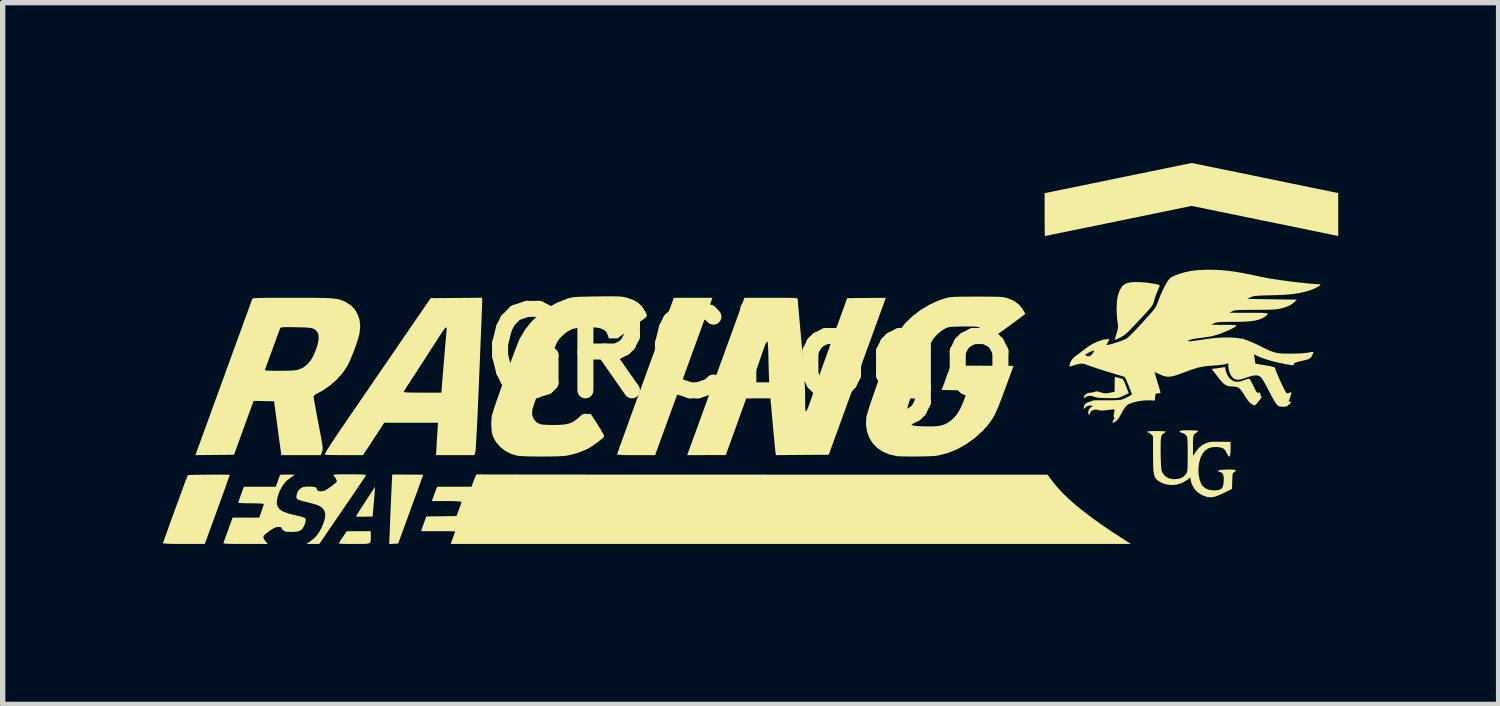
<source format=kicad_pcb>
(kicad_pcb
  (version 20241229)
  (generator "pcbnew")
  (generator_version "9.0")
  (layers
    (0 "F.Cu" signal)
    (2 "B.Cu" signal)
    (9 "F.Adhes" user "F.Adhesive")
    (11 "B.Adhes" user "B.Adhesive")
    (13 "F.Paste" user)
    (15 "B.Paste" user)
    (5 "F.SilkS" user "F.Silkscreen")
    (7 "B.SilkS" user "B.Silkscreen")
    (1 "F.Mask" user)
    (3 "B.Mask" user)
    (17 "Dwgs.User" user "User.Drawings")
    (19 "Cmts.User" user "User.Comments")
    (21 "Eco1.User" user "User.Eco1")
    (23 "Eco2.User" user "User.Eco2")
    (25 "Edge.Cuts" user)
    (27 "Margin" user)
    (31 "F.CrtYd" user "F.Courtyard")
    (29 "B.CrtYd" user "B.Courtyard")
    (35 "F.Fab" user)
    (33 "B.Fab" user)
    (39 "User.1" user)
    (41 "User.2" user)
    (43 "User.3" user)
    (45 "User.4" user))
  (footprint "GRCLogo"
    (layer "F.Cu")
    (at 10.988 3.564)
    (property "Reference" "GRCLogo" (at 0 0 0) (layer "F.SilkS") (effects (font (size 1.524 1.524) (thickness 0.3))))
    (attr board_only exclude_from_pos_files exclude_from_bom)
    (fp_poly (pts (xy -7.1 3.422) (xy -7.1 3.468) (xy -7.101 3.503) (xy -7.107 3.529) (xy -7.121 3.546) (xy -7.147 3.556) (xy -7.188 3.562) (xy -7.247 3.564) (xy -7.329 3.564) (xy -7.412 3.564) (xy -7.514 3.564) (xy -7.59 3.563) (xy -7.644 3.561) (xy -7.678 3.557) (xy -7.695 3.553) (xy -7.697 3.547) (xy -7.697 3.547) (xy -7.685 3.527) (xy -7.661 3.491) (xy -7.631 3.445) (xy -7.618 3.427) (xy -7.55 3.325) (xy -7.1 3.325)) (stroke (width 0) (type solid)) (fill yes) (layer "F.SilkS"))
    (fp_poly (pts (xy -7.021 2.512) (xy -7.024 2.55) (xy -7.028 2.607) (xy -7.034 2.68) (xy -7.041 2.763) (xy -7.042 2.775) (xy -7.065 3.05) (xy -7.224 3.054) (xy -7.294 3.055) (xy -7.339 3.055) (xy -7.365 3.051) (xy -7.374 3.046) (xy -7.372 3.038) (xy -7.357 3.014) (xy -7.331 2.973) (xy -7.297 2.919) (xy -7.256 2.855) (xy -7.212 2.787) (xy -7.167 2.718) (xy -7.124 2.652) (xy -7.085 2.593) (xy -7.053 2.545) (xy -7.031 2.512) (xy -7.021 2.498) (xy -7.021 2.498)) (stroke (width 0) (type solid)) (fill yes) (layer "F.SilkS"))
    (fp_poly (pts (xy -1.244 0.43) (xy -1.78 1.902) (xy -2.138 1.902) (xy -2.249 1.902) (xy -2.336 1.901) (xy -2.4 1.899) (xy -2.444 1.897) (xy -2.472 1.894) (xy -2.487 1.889) (xy -2.491 1.883) (xy -2.491 1.882) (xy -2.486 1.866) (xy -2.471 1.826) (xy -2.449 1.763) (xy -2.418 1.678) (xy -2.38 1.574) (xy -2.336 1.451) (xy -2.286 1.313) (xy -2.231 1.16) (xy -2.171 0.995) (xy -2.107 0.819) (xy -2.039 0.633) (xy -1.969 0.44) (xy -1.958 0.41) (xy -1.43 -1.042) (xy -1.069 -1.042) (xy -0.708 -1.042)) (stroke (width 0) (type solid)) (fill yes) (layer "F.SilkS"))
    (fp_poly (pts (xy -6.41 2.266) (xy -6.323 2.267) (xy -6.246 2.267) (xy -6.184 2.268) (xy -6.141 2.268) (xy -6.12 2.268) (xy -6.119 2.268) (xy -6.124 2.281) (xy -6.137 2.318) (xy -6.158 2.376) (xy -6.186 2.453) (xy -6.219 2.546) (xy -6.258 2.653) (xy -6.301 2.771) (xy -6.348 2.898) (xy -6.353 2.913) (xy -6.588 3.557) (xy -6.671 3.561) (xy -6.755 3.565) (xy -6.738 3.132) (xy -6.733 3.01) (xy -6.728 2.887) (xy -6.723 2.766) (xy -6.718 2.655) (xy -6.713 2.56) (xy -6.71 2.486) (xy -6.71 2.481) (xy -6.699 2.265)) (stroke (width 0) (type solid)) (fill yes) (layer "F.SilkS"))
    (fp_poly (pts (xy -9.902 2.267) (xy -9.833 2.268) (xy -9.78 2.269) (xy -9.748 2.271) (xy -9.74 2.272) (xy -9.744 2.286) (xy -9.757 2.323) (xy -9.777 2.382) (xy -9.805 2.459) (xy -9.838 2.553) (xy -9.877 2.66) (xy -9.92 2.779) (xy -9.966 2.906) (xy -9.971 2.92) (xy -10.206 3.564) (xy -10.597 3.564) (xy -10.701 3.564) (xy -10.794 3.563) (xy -10.872 3.561) (xy -10.933 3.558) (xy -10.973 3.555) (xy -10.988 3.552) (xy -10.988 3.552) (xy -10.984 3.535) (xy -10.97 3.496) (xy -10.95 3.436) (xy -10.922 3.36) (xy -10.89 3.27) (xy -10.854 3.169) (xy -10.815 3.061) (xy -10.774 2.949) (xy -10.733 2.836) (xy -10.692 2.726) (xy -10.653 2.62) (xy -10.618 2.523) (xy -10.586 2.438) (xy -10.559 2.368) (xy -10.539 2.316) (xy -10.527 2.285) (xy -10.523 2.277) (xy -10.508 2.275) (xy -10.469 2.273) (xy -10.41 2.271) (xy -10.337 2.27) (xy -10.253 2.269) (xy -10.163 2.268) (xy -10.072 2.267) (xy -9.983 2.267)) (stroke (width 0) (type solid)) (fill yes) (layer "F.SilkS"))
    (fp_poly (pts (xy 6.843 0.442) (xy 6.872 0.45) (xy 6.914 0.461) (xy 6.924 0.464) (xy 6.95 0.471) (xy 6.969 0.482) (xy 6.985 0.501) (xy 7.001 0.534) (xy 7.022 0.586) (xy 7.031 0.611) (xy 7.082 0.743) (xy 6.985 0.79) (xy 6.946 0.808) (xy 6.915 0.821) (xy 6.884 0.829) (xy 6.848 0.834) (xy 6.8 0.836) (xy 6.733 0.836) (xy 6.686 0.835) (xy 6.596 0.833) (xy 6.53 0.83) (xy 6.484 0.824) (xy 6.452 0.816) (xy 6.44 0.811) (xy 6.383 0.793) (xy 6.326 0.794) (xy 6.278 0.812) (xy 6.252 0.837) (xy 6.244 0.838) (xy 6.241 0.822) (xy 6.254 0.786) (xy 6.287 0.756) (xy 6.333 0.737) (xy 6.37 0.733) (xy 6.412 0.728) (xy 6.447 0.718) (xy 6.45 0.716) (xy 6.474 0.708) (xy 6.507 0.712) (xy 6.544 0.723) (xy 6.598 0.739) (xy 6.643 0.745) (xy 6.691 0.742) (xy 6.747 0.731) (xy 6.818 0.716) (xy 6.818 0.575) (xy 6.819 0.511) (xy 6.821 0.471) (xy 6.825 0.449) (xy 6.832 0.441)) (stroke (width 0) (type solid)) (fill yes) (layer "F.SilkS"))
    (fp_poly (pts (xy 7.311 -1.334) (xy 7.371 -1.33) (xy 7.436 -1.323) (xy 7.503 -1.313) (xy 7.565 -1.303) (xy 7.616 -1.292) (xy 7.651 -1.283) (xy 7.664 -1.275) (xy 7.659 -1.261) (xy 7.645 -1.228) (xy 7.626 -1.182) (xy 7.621 -1.171) (xy 7.596 -1.107) (xy 7.572 -1.038) (xy 7.556 -0.984) (xy 7.549 -0.957) (xy 7.54 -0.933) (xy 7.527 -0.908) (xy 7.508 -0.879) (xy 7.48 -0.844) (xy 7.442 -0.8) (xy 7.39 -0.742) (xy 7.322 -0.669) (xy 7.279 -0.624) (xy 7.2 -0.539) (xy 7.136 -0.472) (xy 7.086 -0.42) (xy 7.044 -0.382) (xy 7.01 -0.352) (xy 6.979 -0.33) (xy 6.948 -0.312) (xy 6.929 -0.302) (xy 6.874 -0.275) (xy 6.841 -0.26) (xy 6.824 -0.256) (xy 6.82 -0.263) (xy 6.825 -0.278) (xy 6.833 -0.304) (xy 6.846 -0.347) (xy 6.861 -0.399) (xy 6.862 -0.401) (xy 6.876 -0.459) (xy 6.882 -0.503) (xy 6.879 -0.547) (xy 6.873 -0.584) (xy 6.866 -0.634) (xy 6.86 -0.701) (xy 6.857 -0.778) (xy 6.855 -0.838) (xy 6.861 -0.977) (xy 6.881 -1.093) (xy 6.915 -1.187) (xy 6.959 -1.256) (xy 6.998 -1.292) (xy 7.049 -1.316) (xy 7.116 -1.331) (xy 7.202 -1.337)) (stroke (width 0) (type solid)) (fill yes) (layer "F.SilkS"))
    (fp_poly (pts (xy 8.886 0.261) (xy 8.889 0.278) (xy 8.899 0.334) (xy 8.924 0.396) (xy 8.958 0.451) (xy 8.982 0.478) (xy 9.037 0.515) (xy 9.095 0.53) (xy 9.163 0.524) (xy 9.218 0.508) (xy 9.266 0.492) (xy 9.306 0.478) (xy 9.326 0.471) (xy 9.34 0.476) (xy 9.359 0.5) (xy 9.385 0.546) (xy 9.414 0.606) (xy 9.444 0.668) (xy 9.465 0.707) (xy 9.481 0.729) (xy 9.493 0.737) (xy 9.506 0.734) (xy 9.508 0.733) (xy 9.528 0.727) (xy 9.539 0.74) (xy 9.544 0.761) (xy 9.555 0.793) (xy 9.567 0.811) (xy 9.564 0.824) (xy 9.547 0.851) (xy 9.521 0.885) (xy 9.492 0.921) (xy 9.465 0.951) (xy 9.445 0.969) (xy 9.44 0.972) (xy 9.423 0.966) (xy 9.392 0.952) (xy 9.384 0.947) (xy 9.353 0.925) (xy 9.317 0.885) (xy 9.275 0.824) (xy 9.251 0.787) (xy 9.207 0.719) (xy 9.171 0.672) (xy 9.138 0.642) (xy 9.103 0.626) (xy 9.062 0.62) (xy 9.04 0.619) (xy 8.979 0.615) (xy 8.93 0.606) (xy 8.888 0.587) (xy 8.847 0.554) (xy 8.802 0.505) (xy 8.748 0.437) (xy 8.634 0.289) (xy 8.709 0.28) (xy 8.764 0.273) (xy 8.817 0.264) (xy 8.836 0.261) (xy 8.871 0.256)) (stroke (width 0) (type solid)) (fill yes) (layer "F.SilkS"))
    (fp_poly (pts (xy 9.599 -3.29) (xy 9.79 -3.251) (xy 9.973 -3.213) (xy 10.147 -3.177) (xy 10.309 -3.144) (xy 10.458 -3.113) (xy 10.592 -3.086) (xy 10.709 -3.062) (xy 10.807 -3.042) (xy 10.884 -3.026) (xy 10.937 -3.015) (xy 10.966 -3.009) (xy 10.971 -3.008) (xy 11.002 -3) (xy 11.002 -2.197) (xy 10.971 -2.205) (xy 10.953 -2.208) (xy 10.909 -2.217) (xy 10.841 -2.231) (xy 10.752 -2.25) (xy 10.643 -2.272) (xy 10.516 -2.298) (xy 10.373 -2.328) (xy 10.216 -2.36) (xy 10.047 -2.395) (xy 9.867 -2.431) (xy 9.679 -2.47) (xy 9.598 -2.486) (xy 8.258 -2.761) (xy 6.888 -2.479) (xy 6.696 -2.44) (xy 6.512 -2.402) (xy 6.338 -2.366) (xy 6.175 -2.333) (xy 6.026 -2.302) (xy 5.892 -2.275) (xy 5.775 -2.251) (xy 5.678 -2.231) (xy 5.601 -2.215) (xy 5.547 -2.204) (xy 5.518 -2.199) (xy 5.513 -2.198) (xy 5.512 -2.211) (xy 5.511 -2.249) (xy 5.51 -2.309) (xy 5.509 -2.385) (xy 5.508 -2.476) (xy 5.508 -2.577) (xy 5.508 -2.598) (xy 5.508 -2.998) (xy 5.575 -3.013) (xy 5.598 -3.018) (xy 5.647 -3.028) (xy 5.72 -3.043) (xy 5.814 -3.062) (xy 5.927 -3.085) (xy 6.058 -3.112) (xy 6.204 -3.142) (xy 6.364 -3.175) (xy 6.535 -3.21) (xy 6.715 -3.247) (xy 6.903 -3.286) (xy 6.951 -3.296) (xy 8.259 -3.564)) (stroke (width 0) (type solid)) (fill yes) (layer "F.SilkS"))
    (fp_poly (pts (xy -7.387 2.262) (xy -7.301 2.263) (xy -7.24 2.266) (xy -7.203 2.27) (xy -7.188 2.275) (xy -7.188 2.277) (xy -7.196 2.291) (xy -7.219 2.326) (xy -7.255 2.38) (xy -7.303 2.451) (xy -7.361 2.536) (xy -7.427 2.634) (xy -7.501 2.742) (xy -7.58 2.858) (xy -7.628 2.928) (xy -8.063 3.564) (xy -8.304 3.564) (xy -8.233 3.516) (xy -8.151 3.451) (xy -8.085 3.373) (xy -8.029 3.277) (xy -8.021 3.259) (xy -7.978 3.155) (xy -7.956 3.069) (xy -7.953 2.997) (xy -7.971 2.938) (xy -8.008 2.89) (xy -8.017 2.882) (xy -8.045 2.863) (xy -8.081 2.845) (xy -8.131 2.826) (xy -8.197 2.807) (xy -8.285 2.784) (xy -8.338 2.771) (xy -8.403 2.754) (xy -8.452 2.737) (xy -8.481 2.722) (xy -8.485 2.718) (xy -8.493 2.682) (xy -8.486 2.634) (xy -8.466 2.584) (xy -8.441 2.548) (xy -8.406 2.518) (xy -8.363 2.499) (xy -8.305 2.491) (xy -8.227 2.491) (xy -8.218 2.491) (xy -8.168 2.495) (xy -8.138 2.501) (xy -8.122 2.512) (xy -8.112 2.532) (xy -8.11 2.537) (xy -8.097 2.563) (xy -8.078 2.574) (xy -8.044 2.578) (xy -8.03 2.578) (xy -7.997 2.576) (xy -7.967 2.568) (xy -7.933 2.551) (xy -7.889 2.521) (xy -7.85 2.493) (xy -7.801 2.456) (xy -7.763 2.424) (xy -7.739 2.402) (xy -7.734 2.394) (xy -7.743 2.364) (xy -7.765 2.324) (xy -7.791 2.289) (xy -7.799 2.28) (xy -7.801 2.273) (xy -7.795 2.268) (xy -7.776 2.265) (xy -7.743 2.263) (xy -7.691 2.262) (xy -7.619 2.261) (xy -7.522 2.261) (xy -7.5 2.261)) (stroke (width 0) (type solid)) (fill yes) (layer "F.SilkS"))
    (fp_poly (pts (xy -5.059 2.263) (xy -5.015 2.263) (xy -4.945 2.264) (xy -4.849 2.264) (xy -4.729 2.264) (xy -4.587 2.264) (xy -4.421 2.264) (xy -4.235 2.265) (xy -4.028 2.265) (xy -3.802 2.265) (xy -3.557 2.265) (xy -3.295 2.265) (xy -3.017 2.266) (xy -2.723 2.266) (xy -2.415 2.266) (xy -2.094 2.266) (xy -1.76 2.266) (xy -1.414 2.266) (xy -1.058 2.267) (xy -0.692 2.267) (xy -0.318 2.267) (xy 0.063 2.267) (xy 0.262 2.267) (xy 5.561 2.268) (xy 5.641 2.374) (xy 5.73 2.485) (xy 5.83 2.595) (xy 5.945 2.708) (xy 6.074 2.823) (xy 6.22 2.942) (xy 6.385 3.068) (xy 6.57 3.2) (xy 6.777 3.341) (xy 7.008 3.491) (xy 7.051 3.519) (xy 7.121 3.564) (xy 0.758 3.564) (xy -5.606 3.564) (xy -5.564 3.451) (xy -5.545 3.399) (xy -5.531 3.357) (xy -5.523 3.334) (xy -5.522 3.331) (xy -5.536 3.329) (xy -5.573 3.327) (xy -5.631 3.326) (xy -5.705 3.325) (xy -5.792 3.325) (xy -5.84 3.325) (xy -6.158 3.325) (xy -6.148 3.293) (xy -6.139 3.265) (xy -6.123 3.219) (xy -6.103 3.165) (xy -6.1 3.156) (xy -6.061 3.05) (xy -5.779 3.046) (xy -5.496 3.042) (xy -5.474 2.983) (xy -5.456 2.933) (xy -5.435 2.875) (xy -5.426 2.851) (xy -5.399 2.778) (xy -5.441 2.77) (xy -5.469 2.767) (xy -5.52 2.764) (xy -5.587 2.762) (xy -5.665 2.761) (xy -5.721 2.761) (xy -5.958 2.761) (xy -5.923 2.666) (xy -5.903 2.612) (xy -5.885 2.564) (xy -5.872 2.532) (xy -5.857 2.494) (xy -5.215 2.494) (xy -5.176 2.384) (xy -5.156 2.333) (xy -5.139 2.293) (xy -5.128 2.27) (xy -5.126 2.268) (xy -5.105 2.263) (xy -5.076 2.263)) (stroke (width 0) (type solid)) (fill yes) (layer "F.SilkS"))
    (fp_poly (pts (xy -8.593 2.266) (xy -8.549 2.267) (xy -8.531 2.267) (xy -8.534 2.274) (xy -8.556 2.292) (xy -8.58 2.308) (xy -8.672 2.379) (xy -8.745 2.464) (xy -8.803 2.568) (xy -8.832 2.645) (xy -8.855 2.733) (xy -8.859 2.807) (xy -8.842 2.868) (xy -8.803 2.917) (xy -8.74 2.958) (xy -8.652 2.991) (xy -8.565 3.014) (xy -8.479 3.034) (xy -8.417 3.049) (xy -8.374 3.061) (xy -8.346 3.071) (xy -8.33 3.081) (xy -8.322 3.092) (xy -8.318 3.105) (xy -8.318 3.106) (xy -8.319 3.145) (xy -8.337 3.2) (xy -8.344 3.217) (xy -8.372 3.269) (xy -8.404 3.304) (xy -8.445 3.325) (xy -8.502 3.336) (xy -8.581 3.339) (xy -8.586 3.339) (xy -8.647 3.338) (xy -8.686 3.335) (xy -8.712 3.327) (xy -8.732 3.314) (xy -8.742 3.304) (xy -8.765 3.277) (xy -8.776 3.257) (xy -8.777 3.256) (xy -8.789 3.248) (xy -8.821 3.245) (xy -8.838 3.246) (xy -8.874 3.252) (xy -8.912 3.268) (xy -8.958 3.296) (xy -9.008 3.331) (xy -9.059 3.37) (xy -9.09 3.396) (xy -9.106 3.416) (xy -9.11 3.434) (xy -9.108 3.449) (xy -9.092 3.485) (xy -9.065 3.522) (xy -9.062 3.525) (xy -9.025 3.564) (xy -9.445 3.564) (xy -9.569 3.564) (xy -9.668 3.563) (xy -9.743 3.562) (xy -9.797 3.56) (xy -9.833 3.557) (xy -9.852 3.553) (xy -9.858 3.548) (xy -9.858 3.547) (xy -9.851 3.528) (xy -9.837 3.488) (xy -9.816 3.43) (xy -9.791 3.361) (xy -9.769 3.3) (xy -9.686 3.071) (xy -9.189 3.071) (xy -9.145 2.95) (xy -9.125 2.895) (xy -9.11 2.85) (xy -9.102 2.822) (xy -9.101 2.816) (xy -9.114 2.812) (xy -9.151 2.808) (xy -9.207 2.806) (xy -9.278 2.804) (xy -9.34 2.803) (xy -9.419 2.803) (xy -9.487 2.801) (xy -9.539 2.799) (xy -9.571 2.796) (xy -9.58 2.793) (xy -9.575 2.776) (xy -9.563 2.739) (xy -9.545 2.687) (xy -9.528 2.638) (xy -9.475 2.494) (xy -8.878 2.494) (xy -8.839 2.384) (xy -8.821 2.334) (xy -8.806 2.294) (xy -8.798 2.273) (xy -8.797 2.271) (xy -8.782 2.269) (xy -8.748 2.268) (xy -8.699 2.267) (xy -8.645 2.266)) (stroke (width 0) (type solid)) (fill yes) (layer "F.SilkS"))
    (fp_poly (pts (xy -5.015 -0.992) (xy -5.016 -0.971) (xy -5.017 -0.923) (xy -5.02 -0.852) (xy -5.024 -0.758) (xy -5.028 -0.645) (xy -5.033 -0.513) (xy -5.039 -0.365) (xy -5.046 -0.203) (xy -5.053 -0.028) (xy -5.06 0.156) (xy -5.068 0.349) (xy -5.072 0.435) (xy -5.082 0.685) (xy -5.092 0.913) (xy -5.101 1.118) (xy -5.11 1.299) (xy -5.118 1.456) (xy -5.125 1.588) (xy -5.131 1.695) (xy -5.136 1.775) (xy -5.141 1.829) (xy -5.145 1.855) (xy -5.145 1.856) (xy -5.162 1.902) (xy -5.879 1.902) (xy -5.869 1.729) (xy -5.865 1.646) (xy -5.859 1.556) (xy -5.854 1.474) (xy -5.851 1.426) (xy -5.842 1.296) (xy -6.848 1.296) (xy -7.245 1.902) (xy -7.602 1.902) (xy -7.699 1.902) (xy -7.786 1.901) (xy -7.859 1.9) (xy -7.915 1.898) (xy -7.95 1.896) (xy -7.96 1.894) (xy -7.956 1.88) (xy -7.946 1.857) (xy -7.929 1.824) (xy -7.902 1.779) (xy -7.865 1.721) (xy -7.816 1.647) (xy -7.756 1.557) (xy -7.683 1.448) (xy -7.595 1.319) (xy -7.515 1.203) (xy -7.419 1.063) (xy -7.313 0.908) (xy -7.201 0.745) (xy -7.18 0.715) (xy -6.486 0.715) (xy -6.483 0.721) (xy -6.468 0.725) (xy -6.436 0.728) (xy -6.385 0.73) (xy -6.313 0.732) (xy -6.218 0.732) (xy -6.138 0.733) (xy -5.779 0.733) (xy -5.77 0.609) (xy -5.759 0.482) (xy -5.749 0.351) (xy -5.738 0.219) (xy -5.727 0.091) (xy -5.717 -0.031) (xy -5.708 -0.142) (xy -5.699 -0.24) (xy -5.692 -0.321) (xy -5.687 -0.382) (xy -5.683 -0.418) (xy -5.683 -0.421) (xy -5.679 -0.464) (xy -5.684 -0.486) (xy -5.696 -0.487) (xy -5.718 -0.465) (xy -5.751 -0.419) (xy -5.796 -0.351) (xy -5.823 -0.309) (xy -5.864 -0.246) (xy -5.914 -0.167) (xy -5.974 -0.076) (xy -6.039 0.025) (xy -6.108 0.132) (xy -6.178 0.239) (xy -6.244 0.342) (xy -6.306 0.437) (xy -6.361 0.522) (xy -6.409 0.595) (xy -6.446 0.654) (xy -6.472 0.694) (xy -6.485 0.714) (xy -6.486 0.715) (xy -7.18 0.715) (xy -7.088 0.58) (xy -6.977 0.418) (xy -6.872 0.265) (xy -6.777 0.128) (xy -6.743 0.077) (xy -6.659 -0.045) (xy -6.572 -0.172) (xy -6.485 -0.299) (xy -6.401 -0.422) (xy -6.323 -0.535) (xy -6.254 -0.636) (xy -6.197 -0.719) (xy -6.178 -0.747) (xy -5.979 -1.035) (xy -5.497 -1.039) (xy -5.015 -1.043)) (stroke (width 0) (type solid)) (fill yes) (layer "F.SilkS"))
    (fp_poly (pts (xy 0.521 -1.042) (xy 0.627 -1.042) (xy 0.711 -1.041) (xy 0.774 -1.04) (xy 0.82 -1.039) (xy 0.852 -1.036) (xy 0.872 -1.032) (xy 0.883 -1.028) (xy 0.887 -1.022) (xy 0.888 -1.017) (xy 0.889 -0.998) (xy 0.892 -0.954) (xy 0.898 -0.888) (xy 0.906 -0.803) (xy 0.915 -0.701) (xy 0.925 -0.587) (xy 0.936 -0.464) (xy 0.943 -0.386) (xy 0.962 -0.178) (xy 0.978 0.006) (xy 0.992 0.167) (xy 1.003 0.309) (xy 1.012 0.434) (xy 1.018 0.545) (xy 1.023 0.645) (xy 1.026 0.736) (xy 1.028 0.822) (xy 1.028 0.885) (xy 1.028 0.956) (xy 1.029 1.012) (xy 1.031 1.053) (xy 1.036 1.077) (xy 1.044 1.083) (xy 1.055 1.069) (xy 1.072 1.036) (xy 1.094 0.981) (xy 1.122 0.903) (xy 1.157 0.802) (xy 1.201 0.676) (xy 1.225 0.606) (xy 1.254 0.522) (xy 1.291 0.417) (xy 1.334 0.294) (xy 1.382 0.159) (xy 1.434 0.015) (xy 1.487 -0.133) (xy 1.54 -0.28) (xy 1.576 -0.38) (xy 1.814 -1.035) (xy 2.175 -1.039) (xy 2.273 -1.04) (xy 2.36 -1.041) (xy 2.434 -1.041) (xy 2.49 -1.041) (xy 2.525 -1.04) (xy 2.535 -1.039) (xy 2.531 -1.026) (xy 2.517 -0.987) (xy 2.495 -0.926) (xy 2.465 -0.843) (xy 2.428 -0.741) (xy 2.384 -0.62) (xy 2.334 -0.484) (xy 2.279 -0.332) (xy 2.219 -0.168) (xy 2.155 0.008) (xy 2.088 0.193) (xy 2.018 0.386) (xy 2.002 0.43) (xy 1.469 1.895) (xy 0.975 1.898) (xy 0.48 1.902) (xy 0.473 1.856) (xy 0.47 1.831) (xy 0.465 1.782) (xy 0.458 1.712) (xy 0.45 1.625) (xy 0.44 1.525) (xy 0.43 1.415) (xy 0.423 1.338) (xy 0.412 1.218) (xy 0.401 1.1) (xy 0.391 0.988) (xy 0.382 0.888) (xy 0.374 0.804) (xy 0.368 0.741) (xy 0.366 0.718) (xy 0.361 0.664) (xy 0.357 0.587) (xy 0.353 0.493) (xy 0.348 0.387) (xy 0.345 0.275) (xy 0.342 0.173) (xy 0.34 0.049) (xy 0.337 -0.048) (xy 0.333 -0.121) (xy 0.33 -0.174) (xy 0.325 -0.207) (xy 0.32 -0.223) (xy 0.317 -0.225) (xy 0.305 -0.213) (xy 0.287 -0.18) (xy 0.267 -0.131) (xy 0.257 -0.102) (xy 0.238 -0.049) (xy 0.213 0.024) (xy 0.183 0.111) (xy 0.151 0.203) (xy 0.121 0.289) (xy 0.097 0.357) (xy 0.065 0.448) (xy 0.026 0.558) (xy -0.018 0.681) (xy -0.066 0.816) (xy -0.117 0.957) (xy -0.168 1.1) (xy -0.215 1.229) (xy -0.458 1.901) (xy -1.18 1.902) (xy -0.644 0.43) (xy -0.109 -1.042) (xy 0.389 -1.042)) (stroke (width 0) (type solid)) (fill yes) (layer "F.SilkS"))
    (fp_poly (pts (xy -2.559 -1.069) (xy -2.496 -1.068) (xy -2.446 -1.066) (xy -2.406 -1.063) (xy -2.371 -1.058) (xy -2.338 -1.051) (xy -2.307 -1.043) (xy -2.189 -1.003) (xy -2.093 -0.946) (xy -2.018 -0.871) (xy -1.961 -0.777) (xy -1.951 -0.755) (xy -1.937 -0.718) (xy -1.937 -0.696) (xy -1.947 -0.682) (xy -1.963 -0.668) (xy -1.999 -0.641) (xy -2.05 -0.603) (xy -2.114 -0.555) (xy -2.186 -0.502) (xy -2.226 -0.473) (xy -2.486 -0.282) (xy -2.567 -0.282) (xy -2.647 -0.282) (xy -2.662 -0.335) (xy -2.689 -0.396) (xy -2.733 -0.44) (xy -2.799 -0.469) (xy -2.854 -0.481) (xy -2.937 -0.49) (xy -3.031 -0.492) (xy -3.128 -0.488) (xy -3.219 -0.479) (xy -3.297 -0.465) (xy -3.339 -0.453) (xy -3.417 -0.412) (xy -3.496 -0.352) (xy -3.566 -0.28) (xy -3.604 -0.229) (xy -3.619 -0.2) (xy -3.641 -0.149) (xy -3.67 -0.077) (xy -3.705 0.01) (xy -3.743 0.111) (xy -3.785 0.221) (xy -3.828 0.336) (xy -3.871 0.454) (xy -3.914 0.572) (xy -3.954 0.685) (xy -3.991 0.79) (xy -4.023 0.884) (xy -4.05 0.963) (xy -4.069 1.024) (xy -4.079 1.064) (xy -4.081 1.072) (xy -4.079 1.155) (xy -4.053 1.226) (xy -4.005 1.282) (xy -3.937 1.32) (xy -3.932 1.322) (xy -3.9 1.328) (xy -3.846 1.333) (xy -3.777 1.337) (xy -3.7 1.338) (xy -3.684 1.338) (xy -3.57 1.336) (xy -3.478 1.329) (xy -3.403 1.314) (xy -3.339 1.291) (xy -3.281 1.257) (xy -3.222 1.211) (xy -3.189 1.18) (xy -3.154 1.149) (xy -3.126 1.133) (xy -3.093 1.128) (xy -3.057 1.13) (xy -2.982 1.134) (xy -2.851 1.338) (xy -2.801 1.418) (xy -2.766 1.477) (xy -2.744 1.519) (xy -2.735 1.545) (xy -2.736 1.56) (xy -2.736 1.56) (xy -2.762 1.585) (xy -2.805 1.621) (xy -2.858 1.662) (xy -2.916 1.704) (xy -2.972 1.742) (xy -3.008 1.765) (xy -3.095 1.809) (xy -3.199 1.85) (xy -3.311 1.884) (xy -3.419 1.909) (xy -3.456 1.915) (xy -3.505 1.919) (xy -3.576 1.923) (xy -3.664 1.926) (xy -3.764 1.927) (xy -3.87 1.928) (xy -3.978 1.928) (xy -4.082 1.927) (xy -4.178 1.925) (xy -4.259 1.921) (xy -4.321 1.918) (xy -4.353 1.914) (xy -4.471 1.881) (xy -4.58 1.826) (xy -4.676 1.751) (xy -4.755 1.66) (xy -4.793 1.595) (xy -4.816 1.545) (xy -4.83 1.5) (xy -4.838 1.45) (xy -4.843 1.385) (xy -4.844 1.371) (xy -4.845 1.3) (xy -4.842 1.229) (xy -4.836 1.169) (xy -4.833 1.155) (xy -4.824 1.123) (xy -4.807 1.067) (xy -4.782 0.992) (xy -4.751 0.901) (xy -4.714 0.796) (xy -4.673 0.682) (xy -4.63 0.56) (xy -4.585 0.436) (xy -4.539 0.311) (xy -4.494 0.19) (xy -4.451 0.075) (xy -4.412 -0.03) (xy -4.376 -0.122) (xy -4.347 -0.197) (xy -4.324 -0.253) (xy -4.31 -0.284) (xy -4.211 -0.449) (xy -4.089 -0.601) (xy -3.947 -0.737) (xy -3.789 -0.854) (xy -3.616 -0.95) (xy -3.431 -1.023) (xy -3.407 -1.031) (xy -3.376 -1.039) (xy -3.345 -1.046) (xy -3.31 -1.052) (xy -3.269 -1.056) (xy -3.216 -1.06) (xy -3.15 -1.062) (xy -3.065 -1.064) (xy -2.958 -1.066) (xy -2.864 -1.067) (xy -2.739 -1.069) (xy -2.639 -1.069)) (stroke (width 0) (type solid)) (fill yes) (layer "F.SilkS"))
    (fp_poly (pts (xy -8.567 -1.042) (xy -8.393 -1.042) (xy -8.244 -1.042) (xy -8.118 -1.041) (xy -8.012 -1.039) (xy -7.925 -1.037) (xy -7.853 -1.033) (xy -7.794 -1.028) (xy -7.745 -1.022) (xy -7.703 -1.014) (xy -7.667 -1.004) (xy -7.633 -0.992) (xy -7.6 -0.977) (xy -7.572 -0.964) (xy -7.477 -0.904) (xy -7.4 -0.826) (xy -7.344 -0.73) (xy -7.309 -0.622) (xy -7.298 -0.504) (xy -7.311 -0.378) (xy -7.327 -0.311) (xy -7.353 -0.226) (xy -7.386 -0.13) (xy -7.423 -0.03) (xy -7.461 0.066) (xy -7.498 0.152) (xy -7.531 0.221) (xy -7.54 0.236) (xy -7.625 0.363) (xy -7.733 0.484) (xy -7.856 0.594) (xy -7.99 0.687) (xy -8.076 0.734) (xy -8.129 0.762) (xy -8.159 0.785) (xy -8.17 0.804) (xy -8.171 0.81) (xy -8.168 0.83) (xy -8.161 0.874) (xy -8.149 0.94) (xy -8.134 1.022) (xy -8.116 1.119) (xy -8.096 1.226) (xy -8.08 1.308) (xy -8.056 1.435) (xy -8.037 1.537) (xy -8.022 1.617) (xy -8.012 1.679) (xy -8.005 1.726) (xy -8.001 1.761) (xy -8.001 1.786) (xy -8.003 1.806) (xy -8.007 1.823) (xy -8.013 1.84) (xy -8.036 1.902) (xy -8.774 1.902) (xy -8.79 1.786) (xy -8.796 1.74) (xy -8.806 1.672) (xy -8.818 1.586) (xy -8.831 1.487) (xy -8.845 1.381) (xy -8.858 1.282) (xy -8.91 0.895) (xy -9.293 0.887) (xy -9.476 1.391) (xy -9.659 1.895) (xy -10.382 1.902) (xy -10.363 1.849) (xy -10.354 1.825) (xy -10.337 1.778) (xy -10.311 1.708) (xy -10.279 1.62) (xy -10.241 1.514) (xy -10.196 1.392) (xy -10.147 1.258) (xy -10.094 1.112) (xy -10.038 0.957) (xy -9.979 0.796) (xy -9.919 0.63) (xy -9.857 0.461) (xy -9.802 0.308) (xy -9.081 0.308) (xy -9.076 0.314) (xy -9.061 0.318) (xy -9.033 0.321) (xy -8.987 0.323) (xy -8.92 0.324) (xy -8.83 0.324) (xy -8.809 0.324) (xy -8.699 0.323) (xy -8.612 0.321) (xy -8.547 0.317) (xy -8.497 0.312) (xy -8.459 0.304) (xy -8.456 0.303) (xy -8.367 0.265) (xy -8.29 0.207) (xy -8.224 0.128) (xy -8.165 0.024) (xy -8.128 -0.066) (xy -8.093 -0.177) (xy -8.076 -0.269) (xy -8.078 -0.343) (xy -8.099 -0.401) (xy -8.14 -0.443) (xy -8.167 -0.459) (xy -8.189 -0.469) (xy -8.216 -0.476) (xy -8.252 -0.481) (xy -8.302 -0.485) (xy -8.369 -0.488) (xy -8.458 -0.49) (xy -8.503 -0.491) (xy -8.6 -0.492) (xy -8.672 -0.493) (xy -8.723 -0.492) (xy -8.757 -0.49) (xy -8.778 -0.486) (xy -8.79 -0.48) (xy -8.796 -0.472) (xy -8.797 -0.47) (xy -8.804 -0.45) (xy -8.82 -0.407) (xy -8.843 -0.346) (xy -8.871 -0.269) (xy -8.903 -0.181) (xy -8.938 -0.085) (xy -8.938 -0.085) (xy -8.973 0.011) (xy -9.006 0.1) (xy -9.034 0.176) (xy -9.056 0.237) (xy -9.072 0.28) (xy -9.08 0.299) (xy -9.08 0.299) (xy -9.081 0.308) (xy -9.802 0.308) (xy -9.796 0.291) (xy -9.735 0.124) (xy -9.675 -0.041) (xy -9.617 -0.199) (xy -9.562 -0.35) (xy -9.511 -0.49) (xy -9.464 -0.619) (xy -9.422 -0.733) (xy -9.387 -0.831) (xy -9.358 -0.911) (xy -9.336 -0.97) (xy -9.323 -1.006) (xy -9.318 -1.018) (xy -9.315 -1.023) (xy -9.307 -1.028) (xy -9.294 -1.032) (xy -9.271 -1.035) (xy -9.238 -1.037) (xy -9.192 -1.039) (xy -9.131 -1.04) (xy -9.052 -1.041) (xy -8.953 -1.042) (xy -8.832 -1.042) (xy -8.687 -1.042)) (stroke (width 0) (type solid)) (fill yes) (layer "F.SilkS"))
    (fp_poly (pts (xy 8.234 1.437) (xy 8.291 1.439) (xy 8.339 1.442) (xy 8.372 1.446) (xy 8.382 1.451) (xy 8.371 1.466) (xy 8.344 1.484) (xy 8.342 1.485) (xy 8.32 1.499) (xy 8.305 1.516) (xy 8.294 1.542) (xy 8.288 1.581) (xy 8.285 1.638) (xy 8.284 1.718) (xy 8.284 1.746) (xy 8.284 1.921) (xy 8.326 1.854) (xy 8.388 1.773) (xy 8.457 1.714) (xy 8.535 1.676) (xy 8.571 1.664) (xy 8.608 1.656) (xy 8.653 1.652) (xy 8.713 1.651) (xy 8.793 1.651) (xy 8.799 1.651) (xy 8.988 1.655) (xy 8.988 1.77) (xy 8.986 1.85) (xy 8.979 1.903) (xy 8.969 1.928) (xy 8.953 1.926) (xy 8.933 1.897) (xy 8.92 1.87) (xy 8.888 1.812) (xy 8.851 1.777) (xy 8.799 1.758) (xy 8.753 1.751) (xy 8.654 1.752) (xy 8.571 1.775) (xy 8.505 1.821) (xy 8.453 1.891) (xy 8.425 1.951) (xy 8.399 2.048) (xy 8.386 2.151) (xy 8.389 2.254) (xy 8.405 2.35) (xy 8.434 2.432) (xy 8.46 2.474) (xy 8.514 2.522) (xy 8.586 2.552) (xy 8.673 2.562) (xy 8.706 2.561) (xy 8.77 2.553) (xy 8.813 2.534) (xy 8.839 2.502) (xy 8.853 2.45) (xy 8.859 2.39) (xy 8.859 2.318) (xy 8.851 2.269) (xy 8.833 2.239) (xy 8.802 2.222) (xy 8.79 2.219) (xy 8.762 2.208) (xy 8.752 2.194) (xy 8.752 2.193) (xy 8.768 2.185) (xy 8.804 2.179) (xy 8.854 2.174) (xy 8.912 2.172) (xy 8.971 2.171) (xy 9.023 2.173) (xy 9.064 2.177) (xy 9.085 2.184) (xy 9.087 2.187) (xy 9.075 2.206) (xy 9.055 2.219) (xy 9.041 2.227) (xy 9.031 2.24) (xy 9.025 2.264) (xy 9.022 2.303) (xy 9.02 2.363) (xy 9.019 2.383) (xy 9.015 2.534) (xy 8.856 2.612) (xy 8.766 2.653) (xy 8.693 2.679) (xy 8.632 2.691) (xy 8.576 2.689) (xy 8.523 2.678) (xy 8.451 2.648) (xy 8.384 2.607) (xy 8.334 2.563) (xy 8.332 2.561) (xy 8.292 2.504) (xy 8.261 2.442) (xy 8.244 2.385) (xy 8.242 2.363) (xy 8.239 2.335) (xy 8.234 2.324) (xy 8.22 2.332) (xy 8.191 2.353) (xy 8.163 2.374) (xy 8.073 2.426) (xy 7.972 2.455) (xy 7.867 2.462) (xy 7.764 2.445) (xy 7.696 2.418) (xy 7.652 2.394) (xy 7.617 2.37) (xy 7.589 2.342) (xy 7.569 2.307) (xy 7.555 2.261) (xy 7.545 2.202) (xy 7.54 2.125) (xy 7.538 2.027) (xy 7.537 1.905) (xy 7.537 1.888) (xy 7.537 1.548) (xy 7.502 1.514) (xy 7.473 1.49) (xy 7.448 1.479) (xy 7.446 1.479) (xy 7.427 1.472) (xy 7.424 1.465) (xy 7.438 1.459) (xy 7.476 1.454) (xy 7.537 1.452) (xy 7.6 1.451) (xy 7.667 1.452) (xy 7.722 1.454) (xy 7.76 1.457) (xy 7.776 1.461) (xy 7.776 1.462) (xy 7.765 1.475) (xy 7.738 1.494) (xy 7.735 1.495) (xy 7.711 1.513) (xy 7.696 1.538) (xy 7.687 1.578) (xy 7.684 1.598) (xy 7.681 1.639) (xy 7.679 1.702) (xy 7.679 1.779) (xy 7.679 1.865) (xy 7.68 1.928) (xy 7.683 2.021) (xy 7.686 2.09) (xy 7.69 2.141) (xy 7.695 2.178) (xy 7.703 2.207) (xy 7.713 2.231) (xy 7.715 2.234) (xy 7.761 2.294) (xy 7.825 2.333) (xy 7.908 2.351) (xy 7.938 2.352) (xy 8.026 2.343) (xy 8.095 2.314) (xy 8.147 2.264) (xy 8.153 2.255) (xy 8.163 2.239) (xy 8.171 2.222) (xy 8.177 2.2) (xy 8.181 2.169) (xy 8.183 2.126) (xy 8.184 2.067) (xy 8.185 1.986) (xy 8.185 1.888) (xy 8.185 1.784) (xy 8.184 1.705) (xy 8.183 1.646) (xy 8.18 1.604) (xy 8.176 1.575) (xy 8.171 1.555) (xy 8.163 1.54) (xy 8.156 1.531) (xy 8.119 1.501) (xy 8.079 1.485) (xy 8.042 1.474) (xy 8.031 1.461) (xy 8.047 1.448) (xy 8.052 1.445) (xy 8.078 1.441) (xy 8.121 1.438) (xy 8.175 1.437)) (stroke (width 0) (type solid)) (fill yes) (layer "F.SilkS"))
    (fp_poly (pts (xy 4.371 -1.064) (xy 4.476 -1.063) (xy 4.56 -1.062) (xy 4.627 -1.061) (xy 4.678 -1.059) (xy 4.718 -1.056) (xy 4.75 -1.051) (xy 4.777 -1.045) (xy 4.804 -1.038) (xy 4.826 -1.031) (xy 4.936 -0.983) (xy 5.026 -0.917) (xy 5.094 -0.836) (xy 5.104 -0.818) (xy 5.147 -0.742) (xy 5.106 -0.709) (xy 5.083 -0.692) (xy 5.041 -0.66) (xy 4.984 -0.618) (xy 4.915 -0.567) (xy 4.839 -0.512) (xy 4.795 -0.479) (xy 4.708 -0.416) (xy 4.64 -0.367) (xy 4.588 -0.332) (xy 4.549 -0.308) (xy 4.52 -0.293) (xy 4.497 -0.285) (xy 4.476 -0.282) (xy 4.469 -0.282) (xy 4.433 -0.284) (xy 4.415 -0.294) (xy 4.407 -0.322) (xy 4.404 -0.337) (xy 4.381 -0.401) (xy 4.338 -0.455) (xy 4.282 -0.49) (xy 4.271 -0.494) (xy 4.234 -0.5) (xy 4.173 -0.504) (xy 4.089 -0.506) (xy 3.987 -0.505) (xy 3.966 -0.505) (xy 3.875 -0.503) (xy 3.807 -0.501) (xy 3.758 -0.498) (xy 3.721 -0.493) (xy 3.693 -0.486) (xy 3.667 -0.476) (xy 3.64 -0.462) (xy 3.636 -0.46) (xy 3.557 -0.408) (xy 3.481 -0.339) (xy 3.419 -0.264) (xy 3.391 -0.217) (xy 3.379 -0.189) (xy 3.358 -0.138) (xy 3.331 -0.067) (xy 3.297 0.022) (xy 3.258 0.124) (xy 3.216 0.238) (xy 3.171 0.36) (xy 3.14 0.444) (xy 3.088 0.586) (xy 3.045 0.704) (xy 3.01 0.802) (xy 2.982 0.881) (xy 2.961 0.944) (xy 2.946 0.994) (xy 2.935 1.034) (xy 2.928 1.066) (xy 2.925 1.093) (xy 2.923 1.117) (xy 2.923 1.129) (xy 2.928 1.201) (xy 2.947 1.255) (xy 2.984 1.3) (xy 3.02 1.33) (xy 3.038 1.342) (xy 3.059 1.35) (xy 3.089 1.355) (xy 3.132 1.359) (xy 3.193 1.362) (xy 3.278 1.364) (xy 3.284 1.364) (xy 3.394 1.365) (xy 3.482 1.361) (xy 3.553 1.352) (xy 3.613 1.336) (xy 3.668 1.312) (xy 3.722 1.278) (xy 3.746 1.261) (xy 3.813 1.203) (xy 3.871 1.133) (xy 3.924 1.045) (xy 3.974 0.936) (xy 3.995 0.881) (xy 4.019 0.817) (xy 4.038 0.763) (xy 4.052 0.723) (xy 4.057 0.704) (xy 4.057 0.704) (xy 4.044 0.699) (xy 4.007 0.695) (xy 3.951 0.691) (xy 3.881 0.689) (xy 3.82 0.687) (xy 3.582 0.683) (xy 3.663 0.46) (xy 3.69 0.386) (xy 3.715 0.322) (xy 3.734 0.272) (xy 3.747 0.24) (xy 3.751 0.231) (xy 3.766 0.23) (xy 3.806 0.229) (xy 3.868 0.228) (xy 3.95 0.228) (xy 4.048 0.228) (xy 4.159 0.228) (xy 4.281 0.228) (xy 4.342 0.229) (xy 4.927 0.232) (xy 4.768 0.666) (xy 4.715 0.809) (xy 4.669 0.927) (xy 4.629 1.027) (xy 4.592 1.11) (xy 4.556 1.18) (xy 4.519 1.241) (xy 4.48 1.297) (xy 4.437 1.351) (xy 4.387 1.406) (xy 4.349 1.447) (xy 4.202 1.582) (xy 4.042 1.697) (xy 3.874 1.791) (xy 3.7 1.862) (xy 3.524 1.907) (xy 3.475 1.915) (xy 3.431 1.919) (xy 3.364 1.922) (xy 3.281 1.925) (xy 3.188 1.927) (xy 3.09 1.928) (xy 2.994 1.928) (xy 2.904 1.927) (xy 2.827 1.925) (xy 2.768 1.923) (xy 2.74 1.92) (xy 2.601 1.889) (xy 2.478 1.837) (xy 2.373 1.765) (xy 2.288 1.676) (xy 2.224 1.571) (xy 2.183 1.453) (xy 2.165 1.323) (xy 2.172 1.193) (xy 2.179 1.16) (xy 2.196 1.103) (xy 2.22 1.027) (xy 2.25 0.934) (xy 2.286 0.828) (xy 2.326 0.712) (xy 2.369 0.589) (xy 2.414 0.463) (xy 2.459 0.336) (xy 2.504 0.213) (xy 2.547 0.095) (xy 2.588 -0.012) (xy 2.624 -0.107) (xy 2.655 -0.185) (xy 2.68 -0.245) (xy 2.693 -0.273) (xy 2.782 -0.421) (xy 2.895 -0.561) (xy 3.028 -0.691) (xy 3.177 -0.807) (xy 3.339 -0.906) (xy 3.51 -0.986) (xy 3.642 -1.031) (xy 3.673 -1.04) (xy 3.703 -1.047) (xy 3.734 -1.052) (xy 3.77 -1.056) (xy 3.814 -1.059) (xy 3.871 -1.061) (xy 3.943 -1.063) (xy 4.034 -1.063) (xy 4.147 -1.064) (xy 4.24 -1.064)) (stroke (width 0) (type solid)) (fill yes) (layer "F.SilkS"))
    (fp_poly (pts (xy 8.712 -1.565) (xy 8.829 -1.558) (xy 8.95 -1.546) (xy 9.08 -1.528) (xy 9.222 -1.504) (xy 9.382 -1.472) (xy 9.564 -1.433) (xy 9.58 -1.43) (xy 9.657 -1.414) (xy 9.755 -1.397) (xy 9.867 -1.38) (xy 9.989 -1.363) (xy 10.116 -1.346) (xy 10.242 -1.331) (xy 10.362 -1.318) (xy 10.47 -1.307) (xy 10.563 -1.3) (xy 10.634 -1.296) (xy 10.648 -1.296) (xy 10.668 -1.292) (xy 10.667 -1.279) (xy 10.645 -1.262) (xy 10.608 -1.24) (xy 10.559 -1.216) (xy 10.502 -1.193) (xy 10.439 -1.171) (xy 10.388 -1.157) (xy 10.31 -1.138) (xy 10.234 -1.124) (xy 10.156 -1.112) (xy 10.069 -1.104) (xy 9.97 -1.097) (xy 9.852 -1.092) (xy 9.742 -1.089) (xy 9.636 -1.086) (xy 9.555 -1.084) (xy 9.494 -1.08) (xy 9.449 -1.076) (xy 9.416 -1.071) (xy 9.391 -1.065) (xy 9.37 -1.056) (xy 9.361 -1.051) (xy 9.305 -1.021) (xy 9.767 -1.014) (xy 10.229 -1.007) (xy 10.183 -0.963) (xy 10.135 -0.924) (xy 10.083 -0.893) (xy 10.017 -0.868) (xy 9.936 -0.844) (xy 9.899 -0.836) (xy 9.862 -0.829) (xy 9.819 -0.825) (xy 9.767 -0.821) (xy 9.701 -0.819) (xy 9.617 -0.817) (xy 9.511 -0.817) (xy 9.447 -0.816) (xy 9.332 -0.816) (xy 9.242 -0.815) (xy 9.173 -0.814) (xy 9.121 -0.812) (xy 9.083 -0.809) (xy 9.056 -0.804) (xy 9.036 -0.798) (xy 9.019 -0.79) (xy 9.016 -0.789) (xy 8.967 -0.762) (xy 9.331 -0.761) (xy 9.447 -0.761) (xy 9.538 -0.76) (xy 9.605 -0.758) (xy 9.65 -0.754) (xy 9.676 -0.748) (xy 9.685 -0.739) (xy 9.679 -0.727) (xy 9.661 -0.711) (xy 9.632 -0.69) (xy 9.628 -0.687) (xy 9.579 -0.658) (xy 9.522 -0.635) (xy 9.454 -0.617) (xy 9.372 -0.605) (xy 9.271 -0.596) (xy 9.148 -0.592) (xy 9.038 -0.591) (xy 8.935 -0.591) (xy 8.856 -0.59) (xy 8.797 -0.588) (xy 8.754 -0.585) (xy 8.723 -0.58) (xy 8.7 -0.574) (xy 8.681 -0.565) (xy 8.678 -0.564) (xy 8.629 -0.537) (xy 8.875 -0.535) (xy 8.971 -0.535) (xy 9.039 -0.533) (xy 9.081 -0.529) (xy 9.097 -0.52) (xy 9.088 -0.507) (xy 9.055 -0.486) (xy 8.998 -0.458) (xy 8.939 -0.429) (xy 8.788 -0.366) (xy 8.638 -0.323) (xy 8.476 -0.297) (xy 8.46 -0.295) (xy 8.361 -0.283) (xy 8.282 -0.27) (xy 8.225 -0.255) (xy 8.194 -0.24) (xy 8.19 -0.236) (xy 8.191 -0.23) (xy 8.204 -0.228) (xy 8.233 -0.229) (xy 8.279 -0.233) (xy 8.345 -0.242) (xy 8.434 -0.254) (xy 8.544 -0.271) (xy 8.693 -0.289) (xy 8.839 -0.299) (xy 8.976 -0.3) (xy 9.099 -0.292) (xy 9.203 -0.276) (xy 9.228 -0.27) (xy 9.282 -0.253) (xy 9.352 -0.225) (xy 9.429 -0.192) (xy 9.504 -0.157) (xy 9.504 -0.157) (xy 9.603 -0.107) (xy 9.683 -0.069) (xy 9.75 -0.041) (xy 9.809 -0.021) (xy 9.866 -0.008) (xy 9.927 -0.001) (xy 9.998 0.002) (xy 10.084 0.003) (xy 10.115 0.003) (xy 10.236 0.001) (xy 10.337 -0.004) (xy 10.414 -0.011) (xy 10.45 -0.018) (xy 10.494 -0.026) (xy 10.526 -0.029) (xy 10.538 -0.025) (xy 10.532 -0.006) (xy 10.517 0.028) (xy 10.509 0.042) (xy 10.497 0.065) (xy 10.484 0.083) (xy 10.465 0.096) (xy 10.436 0.109) (xy 10.391 0.122) (xy 10.327 0.137) (xy 10.279 0.149) (xy 10.222 0.164) (xy 10.188 0.177) (xy 10.173 0.19) (xy 10.171 0.199) (xy 10.167 0.215) (xy 10.148 0.219) (xy 10.118 0.216) (xy 9.993 0.195) (xy 9.866 0.168) (xy 9.744 0.137) (xy 9.634 0.104) (xy 9.541 0.07) (xy 9.492 0.048) (xy 9.425 0.014) (xy 9.431 0.053) (xy 9.438 0.095) (xy 9.445 0.141) (xy 9.453 0.191) (xy 9.604 0.216) (xy 9.686 0.23) (xy 9.743 0.24) (xy 9.782 0.249) (xy 9.805 0.258) (xy 9.818 0.268) (xy 9.824 0.28) (xy 9.827 0.294) (xy 9.837 0.326) (xy 9.856 0.374) (xy 9.881 0.433) (xy 9.91 0.499) (xy 9.941 0.566) (xy 9.972 0.629) (xy 9.999 0.683) (xy 10.021 0.723) (xy 10.036 0.744) (xy 10.039 0.747) (xy 10.065 0.742) (xy 10.093 0.733) (xy 10.115 0.726) (xy 10.125 0.729) (xy 10.125 0.746) (xy 10.115 0.782) (xy 10.102 0.822) (xy 10.074 0.902) (xy 10.104 0.902) (xy 10.121 0.903) (xy 10.121 0.912) (xy 10.104 0.933) (xy 10.089 0.949) (xy 10.058 0.977) (xy 10.029 0.991) (xy 9.99 0.996) (xy 9.966 0.996) (xy 9.919 0.994) (xy 9.888 0.986) (xy 9.863 0.966) (xy 9.847 0.948) (xy 9.826 0.919) (xy 9.796 0.87) (xy 9.76 0.807) (xy 9.722 0.735) (xy 9.701 0.693) (xy 9.663 0.62) (xy 9.626 0.553) (xy 9.594 0.498) (xy 9.568 0.46) (xy 9.558 0.447) (xy 9.52 0.421) (xy 9.473 0.409) (xy 9.412 0.414) (xy 9.333 0.434) (xy 9.286 0.451) (xy 9.206 0.477) (xy 9.144 0.49) (xy 9.096 0.489) (xy 9.057 0.475) (xy 9.031 0.457) (xy 8.997 0.414) (xy 8.968 0.352) (xy 8.95 0.283) (xy 8.946 0.23) (xy 8.945 0.197) (xy 8.937 0.186) (xy 8.914 0.191) (xy 8.894 0.199) (xy 8.865 0.205) (xy 8.815 0.212) (xy 8.75 0.219) (xy 8.676 0.225) (xy 8.655 0.227) (xy 8.572 0.233) (xy 8.502 0.241) (xy 8.436 0.252) (xy 8.371 0.267) (xy 8.299 0.289) (xy 8.214 0.318) (xy 8.112 0.357) (xy 8.079 0.369) (xy 7.982 0.404) (xy 7.904 0.426) (xy 7.838 0.435) (xy 7.778 0.431) (xy 7.718 0.415) (xy 7.653 0.387) (xy 7.651 0.385) (xy 7.608 0.365) (xy 7.577 0.352) (xy 7.565 0.348) (xy 7.565 0.348) (xy 7.569 0.363) (xy 7.579 0.4) (xy 7.595 0.454) (xy 7.615 0.519) (xy 7.621 0.541) (xy 7.642 0.609) (xy 7.659 0.668) (xy 7.671 0.711) (xy 7.677 0.735) (xy 7.678 0.737) (xy 7.665 0.743) (xy 7.635 0.747) (xy 7.629 0.747) (xy 7.6 0.748) (xy 7.585 0.757) (xy 7.579 0.782) (xy 7.576 0.814) (xy 7.572 0.88) (xy 7.464 0.877) (xy 7.381 0.878) (xy 7.293 0.888) (xy 7.207 0.905) (xy 7.131 0.927) (xy 7.072 0.952) (xy 7.053 0.965) (xy 7.018 1.001) (xy 6.979 1.059) (xy 6.944 1.122) (xy 6.902 1.199) (xy 6.864 1.249) (xy 6.84 1.27) (xy 6.799 1.292) (xy 6.779 1.295) (xy 6.776 1.289) (xy 6.783 1.273) (xy 6.799 1.246) (xy 6.813 1.215) (xy 6.807 1.193) (xy 6.799 1.168) (xy 6.804 1.126) (xy 6.807 1.115) (xy 6.815 1.077) (xy 6.816 1.052) (xy 6.815 1.048) (xy 6.799 1.047) (xy 6.761 1.049) (xy 6.71 1.055) (xy 6.685 1.058) (xy 6.618 1.066) (xy 6.57 1.068) (xy 6.534 1.064) (xy 6.514 1.058) (xy 6.463 1.05) (xy 6.414 1.059) (xy 6.376 1.082) (xy 6.355 1.115) (xy 6.354 1.13) (xy 6.348 1.148) (xy 6.339 1.148) (xy 6.324 1.124) (xy 6.325 1.089) (xy 6.338 1.05) (xy 6.359 1.018) (xy 6.387 1.001) (xy 6.394 1) (xy 6.405 0.992) (xy 6.403 0.986) (xy 6.38 0.973) (xy 6.344 0.973) (xy 6.304 0.986) (xy 6.275 1.007) (xy 6.241 1.041) (xy 6.241 1.01) (xy 6.254 0.962) (xy 6.289 0.925) (xy 6.336 0.907) (xy 6.372 0.898) (xy 6.395 0.888) (xy 6.397 0.886) (xy 6.413 0.88) (xy 6.451 0.877) (xy 6.503 0.875) (xy 6.523 0.876) (xy 6.592 0.876) (xy 6.674 0.876) (xy 6.758 0.875) (xy 6.795 0.875) (xy 6.865 0.873) (xy 6.915 0.869) (xy 6.954 0.862) (xy 6.991 0.849) (xy 7.033 0.829) (xy 7.045 0.823) (xy 7.091 0.799) (xy 7.126 0.778) (xy 7.142 0.764) (xy 7.142 0.763) (xy 7.137 0.747) (xy 7.124 0.711) (xy 7.104 0.662) (xy 7.082 0.607) (xy 7.059 0.551) (xy 7.038 0.5) (xy 7.021 0.462) (xy 7.011 0.442) (xy 7.011 0.441) (xy 6.997 0.436) (xy 6.96 0.424) (xy 6.904 0.407) (xy 6.835 0.386) (xy 6.754 0.362) (xy 6.747 0.36) (xy 6.654 0.332) (xy 6.56 0.302) (xy 6.473 0.273) (xy 6.398 0.248) (xy 6.354 0.232) (xy 6.292 0.21) (xy 6.249 0.196) (xy 6.216 0.19) (xy 6.185 0.191) (xy 6.15 0.197) (xy 6.143 0.198) (xy 6.089 0.211) (xy 6.04 0.226) (xy 6.019 0.233) (xy 5.988 0.244) (xy 5.976 0.242) (xy 5.973 0.228) (xy 5.985 0.177) (xy 6.015 0.121) (xy 6.058 0.071) (xy 6.088 0.047) (xy 6.118 0.026) (xy 6.269 0.026) (xy 6.282 0.044) (xy 6.316 0.052) (xy 6.339 0.052) (xy 6.375 0.036) (xy 6.406 0.001) (xy 6.425 -0.03) (xy 6.433 -0.05) (xy 6.432 -0.053) (xy 6.416 -0.052) (xy 6.385 -0.04) (xy 6.346 -0.022) (xy 6.308 -0.003) (xy 6.279 0.015) (xy 6.269 0.026) (xy 6.118 0.026) (xy 6.129 0.018) (xy 6.182 -0.021) (xy 6.234 -0.063) (xy 6.241 -0.068) (xy 6.327 -0.131) (xy 6.42 -0.186) (xy 6.513 -0.228) (xy 6.598 -0.256) (xy 6.64 -0.263) (xy 6.723 -0.272) (xy 6.693 -0.214) (xy 6.663 -0.156) (xy 6.709 -0.164) (xy 6.758 -0.176) (xy 6.823 -0.195) (xy 6.895 -0.219) (xy 6.964 -0.245) (xy 7.016 -0.266) (xy 7.041 -0.281) (xy 7.073 -0.305) (xy 7.112 -0.341) (xy 7.163 -0.391) (xy 7.226 -0.457) (xy 7.305 -0.543) (xy 7.333 -0.572) (xy 7.409 -0.656) (xy 7.468 -0.722) (xy 7.514 -0.774) (xy 7.548 -0.815) (xy 7.573 -0.849) (xy 7.592 -0.88) (xy 7.606 -0.91) (xy 7.62 -0.943) (xy 7.633 -0.978) (xy 7.672 -1.081) (xy 7.716 -1.179) (xy 7.759 -1.266) (xy 7.8 -1.337) (xy 7.832 -1.383) (xy 7.862 -1.413) (xy 7.902 -1.439) (xy 7.959 -1.464) (xy 7.996 -1.478) (xy 8.116 -1.516) (xy 8.238 -1.543) (xy 8.37 -1.559) (xy 8.518 -1.566) (xy 8.593 -1.567)) (stroke (width 0) (type solid)) (fill yes) (layer "F.SilkS")))
  (gr_rect
    (start -3 -3)
    (end 24.991 10.13)
    (stroke (width 0.1) (type default))
    (fill no)
    (layer "Edge.Cuts")))
</source>
